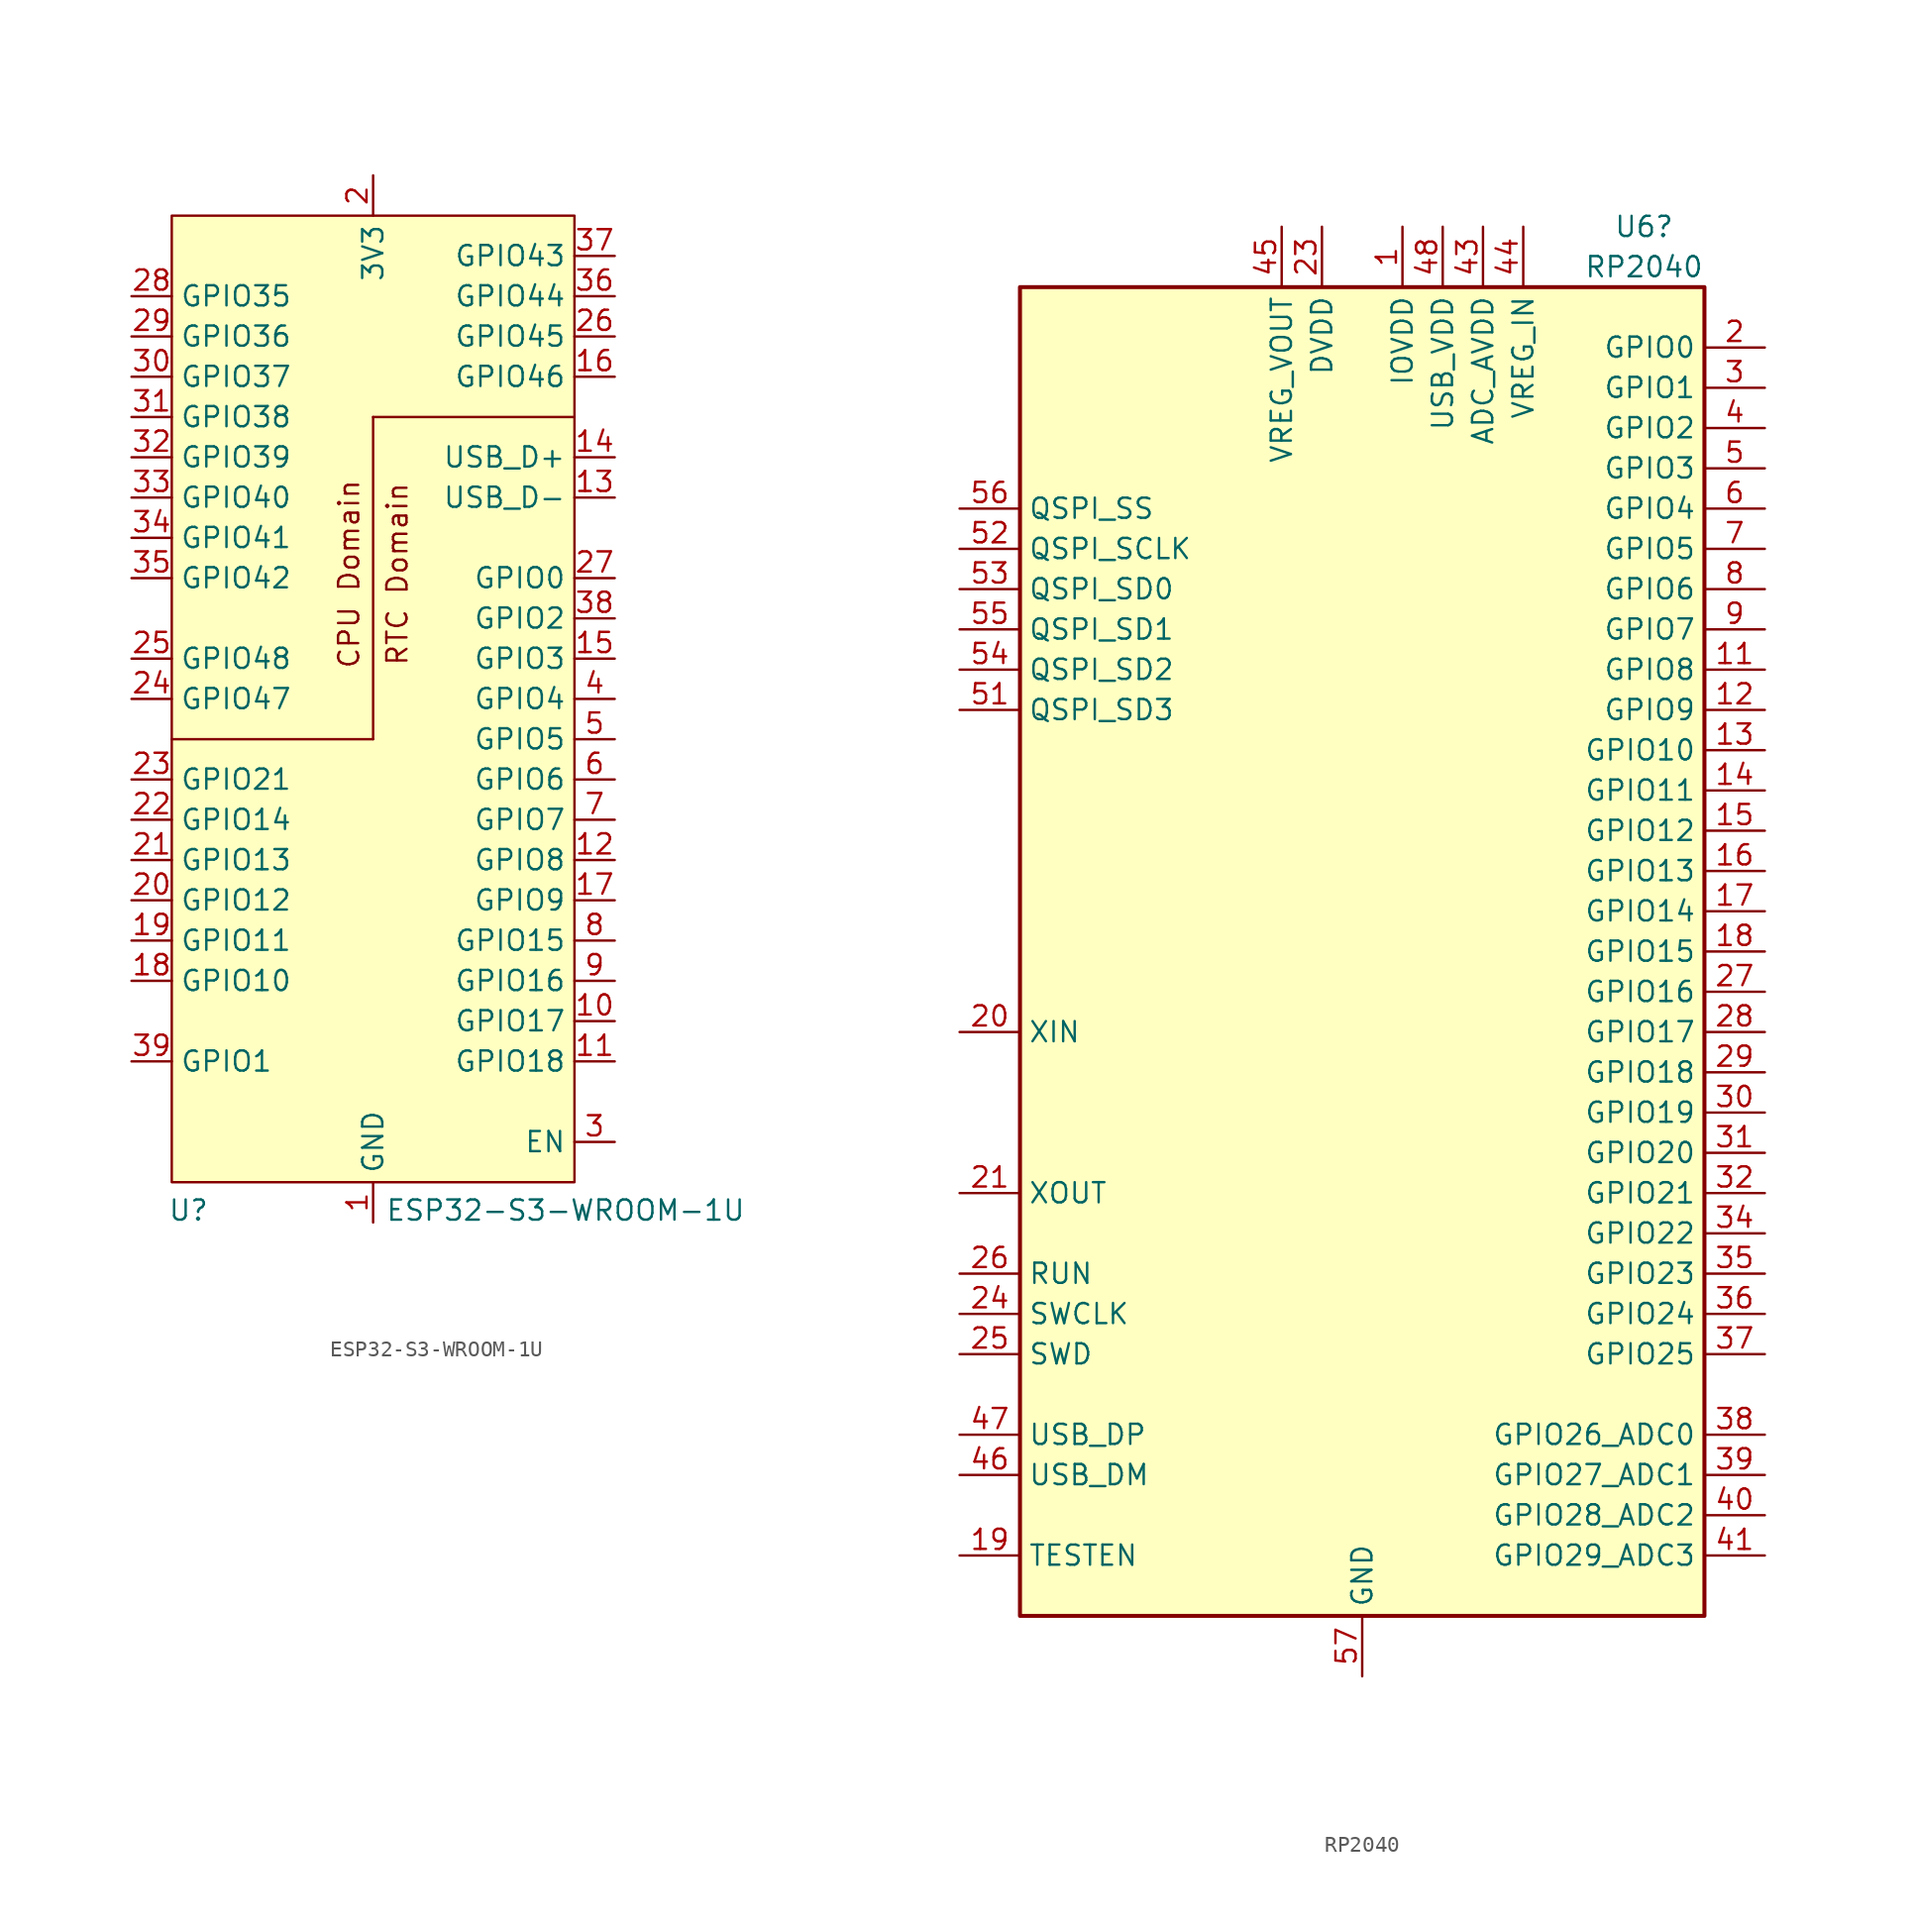
<source format=kicad_sym>
(kicad_symbol_lib
  (version 20231120)
  (generator "kicad_symbol_editor")
  (generator_version "8.0")
  (symbol "ESP32-S3-WROOM-1U"
    (property "Reference" "U"
      (at -12.954 -32.258 0)
      (effects (font (size 1.27 1.27)) (justify left)))
    (property "Value" "ESP32-S3-WROOM-1U"
      (at 0.762 -32.258 0)
      (effects (font (size 1.27 1.27)) (justify left)))
    (symbol "ESP32-S3-WROOM-1U_0_1"
      (polyline (pts (xy 0 -2.54) (xy -12.7 -2.54)) (stroke (width 0) (type default)) (fill (type none)))
      (polyline (pts (xy 0 17.78) (xy 12.7 17.78)) (stroke (width 0) (type default)) (fill (type none))))
    (symbol "ESP32-S3-WROOM-1U_1_1"
      (rectangle (start -12.7 30.48) (end 12.7 -30.48) (stroke (width 0) (type default)) (fill (type background)))
      (polyline (pts (xy 0 -2.54) (xy 0 17.78)) (stroke (width 0) (type default)) (fill (type none)))
      (text "CPU Domain" (at -1.524 7.874 900) (effects (font (size 1.27 1.27))))
      (text "RTC Domain" (at 1.524 7.874 900) (effects (font (size 1.27 1.27))))
      (pin power_in line (at 0 -33.02 90) (length 2.54) (name "GND" (effects (font (size 1.27 1.27)))) (number "1" (effects (font (size 1.27 1.27)))))
      (pin tri_state line (at 15.24 -20.32 180) (length 2.54) (name "GPIO17" (effects (font (size 1.27 1.27)))) (number "10" (effects (font (size 1.27 1.27)))))
      (pin tri_state line (at 15.24 -22.86 180) (length 2.54) (name "GPIO18" (effects (font (size 1.27 1.27)))) (number "11" (effects (font (size 1.27 1.27)))))
      (pin tri_state line (at 15.24 -10.16 180) (length 2.54) (name "GPIO8" (effects (font (size 1.27 1.27)))) (number "12" (effects (font (size 1.27 1.27)))))
      (pin tri_state line (at 15.24 12.7 180) (length 2.54) (name "USB_D-" (effects (font (size 1.27 1.27)))) (number "13" (effects (font (size 1.27 1.27)))))
      (pin tri_state line (at 15.24 15.24 180) (length 2.54) (name "USB_D+" (effects (font (size 1.27 1.27)))) (number "14" (effects (font (size 1.27 1.27)))))
      (pin tri_state line (at 15.24 2.54 180) (length 2.54) (name "GPIO3" (effects (font (size 1.27 1.27)))) (number "15" (effects (font (size 1.27 1.27)))))
      (pin tri_state line (at 15.24 20.32 180) (length 2.54) (name "GPIO46" (effects (font (size 1.27 1.27)))) (number "16" (effects (font (size 1.27 1.27)))))
      (pin tri_state line (at 15.24 -12.7 180) (length 2.54) (name "GPIO9" (effects (font (size 1.27 1.27)))) (number "17" (effects (font (size 1.27 1.27)))))
      (pin tri_state line (at -15.24 -17.78 0) (length 2.54) (name "GPIO10" (effects (font (size 1.27 1.27)))) (number "18" (effects (font (size 1.27 1.27)))))
      (pin tri_state line (at -15.24 -15.24 0) (length 2.54) (name "GPIO11" (effects (font (size 1.27 1.27)))) (number "19" (effects (font (size 1.27 1.27)))))
      (pin power_in line (at 0 33.02 270) (length 2.54) (name "3V3" (effects (font (size 1.27 1.27)))) (number "2" (effects (font (size 1.27 1.27)))))
      (pin tri_state line (at -15.24 -12.7 0) (length 2.54) (name "GPIO12" (effects (font (size 1.27 1.27)))) (number "20" (effects (font (size 1.27 1.27)))))
      (pin tri_state line (at -15.24 -10.16 0) (length 2.54) (name "GPIO13" (effects (font (size 1.27 1.27)))) (number "21" (effects (font (size 1.27 1.27)))))
      (pin tri_state line (at -15.24 -7.62 0) (length 2.54) (name "GPIO14" (effects (font (size 1.27 1.27)))) (number "22" (effects (font (size 1.27 1.27)))))
      (pin tri_state line (at -15.24 -5.08 0) (length 2.54) (name "GPIO21" (effects (font (size 1.27 1.27)))) (number "23" (effects (font (size 1.27 1.27)))))
      (pin tri_state line (at -15.24 0 0) (length 2.54) (name "GPIO47" (effects (font (size 1.27 1.27)))) (number "24" (effects (font (size 1.27 1.27)))))
      (pin tri_state line (at -15.24 2.54 0) (length 2.54) (name "GPIO48" (effects (font (size 1.27 1.27)))) (number "25" (effects (font (size 1.27 1.27)))))
      (pin tri_state line (at 15.24 22.86 180) (length 2.54) (name "GPIO45" (effects (font (size 1.27 1.27)))) (number "26" (effects (font (size 1.27 1.27)))))
      (pin tri_state line (at 15.24 7.62 180) (length 2.54) (name "GPIO0" (effects (font (size 1.27 1.27)))) (number "27" (effects (font (size 1.27 1.27)))))
      (pin tri_state line (at -15.24 25.4 0) (length 2.54) (name "GPIO35" (effects (font (size 1.27 1.27)))) (number "28" (effects (font (size 1.27 1.27)))))
      (pin tri_state line (at -15.24 22.86 0) (length 2.54) (name "GPIO36" (effects (font (size 1.27 1.27)))) (number "29" (effects (font (size 1.27 1.27)))))
      (pin input line (at 15.24 -27.94 180) (length 2.54) (name "EN" (effects (font (size 1.27 1.27)))) (number "3" (effects (font (size 1.27 1.27)))))
      (pin tri_state line (at -15.24 20.32 0) (length 2.54) (name "GPIO37" (effects (font (size 1.27 1.27)))) (number "30" (effects (font (size 1.27 1.27)))))
      (pin tri_state line (at -15.24 17.78 0) (length 2.54) (name "GPIO38" (effects (font (size 1.27 1.27)))) (number "31" (effects (font (size 1.27 1.27)))))
      (pin tri_state line (at -15.24 15.24 0) (length 2.54) (name "GPIO39" (effects (font (size 1.27 1.27)))) (number "32" (effects (font (size 1.27 1.27)))))
      (pin tri_state line (at -15.24 12.7 0) (length 2.54) (name "GPIO40" (effects (font (size 1.27 1.27)))) (number "33" (effects (font (size 1.27 1.27)))))
      (pin tri_state line (at -15.24 10.16 0) (length 2.54) (name "GPIO41" (effects (font (size 1.27 1.27)))) (number "34" (effects (font (size 1.27 1.27)))))
      (pin tri_state line (at -15.24 7.62 0) (length 2.54) (name "GPIO42" (effects (font (size 1.27 1.27)))) (number "35" (effects (font (size 1.27 1.27)))))
      (pin tri_state line (at 15.24 25.4 180) (length 2.54) (name "GPIO44" (effects (font (size 1.27 1.27)))) (number "36" (effects (font (size 1.27 1.27)))))
      (pin tri_state line (at 15.24 27.94 180) (length 2.54) (name "GPIO43" (effects (font (size 1.27 1.27)))) (number "37" (effects (font (size 1.27 1.27)))))
      (pin tri_state line (at 15.24 5.08 180) (length 2.54) (name "GPIO2" (effects (font (size 1.27 1.27)))) (number "38" (effects (font (size 1.27 1.27)))))
      (pin tri_state line (at -15.24 -22.86 0) (length 2.54) (name "GPIO1" (effects (font (size 1.27 1.27)))) (number "39" (effects (font (size 1.27 1.27)))))
      (pin tri_state line (at 15.24 0 180) (length 2.54) (name "GPIO4" (effects (font (size 1.27 1.27)))) (number "4" (effects (font (size 1.27 1.27)))))
      (pin passive line (at 0 -33.02 90) (length 2.54) hide (name "GND" (effects (font (size 1.27 1.27)))) (number "40" (effects (font (size 1.27 1.27)))))
      (pin passive line (at 0 -33.02 90) (length 2.54) hide (name "GND" (effects (font (size 1.27 1.27)))) (number "41" (effects (font (size 1.27 1.27)))))
      (pin tri_state line (at 15.24 -2.54 180) (length 2.54) (name "GPIO5" (effects (font (size 1.27 1.27)))) (number "5" (effects (font (size 1.27 1.27)))))
      (pin tri_state line (at 15.24 -5.08 180) (length 2.54) (name "GPIO6" (effects (font (size 1.27 1.27)))) (number "6" (effects (font (size 1.27 1.27)))))
      (pin tri_state line (at 15.24 -7.62 180) (length 2.54) (name "GPIO7" (effects (font (size 1.27 1.27)))) (number "7" (effects (font (size 1.27 1.27)))))
      (pin tri_state line (at 15.24 -15.24 180) (length 2.54) (name "GPIO15" (effects (font (size 1.27 1.27)))) (number "8" (effects (font (size 1.27 1.27)))))
      (pin tri_state line (at 15.24 -17.78 180) (length 2.54) (name "GPIO16" (effects (font (size 1.27 1.27)))) (number "9" (effects (font (size 1.27 1.27)))))))
  (symbol "RP2040"
    (property "Reference" "U6"
      (at 17.78 45.72 0)
      (effects (font (size 1.27 1.27))))
    (property "Value" "RP2040"
      (at 17.78 43.18 0)
      (effects (font (size 1.27 1.27))))
    (symbol "RP2040_0_1"
      (rectangle (start -21.59 41.91) (end 21.59 -41.91) (stroke (width 0.254) (type default)) (fill (type background))))
    (symbol "RP2040_1_1"
      (pin power_in line (at 2.54 45.72 270) (length 3.81) (name "IOVDD" (effects (font (size 1.27 1.27)))) (number "1" (effects (font (size 1.27 1.27)))))
      (pin passive line (at 2.54 45.72 270) (length 3.81) hide (name "IOVDD" (effects (font (size 1.27 1.27)))) (number "10" (effects (font (size 1.27 1.27)))))
      (pin bidirectional line (at 25.4 17.78 180) (length 3.81) (name "GPIO8" (effects (font (size 1.27 1.27)))) (number "11" (effects (font (size 1.27 1.27)))))
      (pin bidirectional line (at 25.4 15.24 180) (length 3.81) (name "GPIO9" (effects (font (size 1.27 1.27)))) (number "12" (effects (font (size 1.27 1.27)))))
      (pin bidirectional line (at 25.4 12.7 180) (length 3.81) (name "GPIO10" (effects (font (size 1.27 1.27)))) (number "13" (effects (font (size 1.27 1.27)))))
      (pin bidirectional line (at 25.4 10.16 180) (length 3.81) (name "GPIO11" (effects (font (size 1.27 1.27)))) (number "14" (effects (font (size 1.27 1.27)))))
      (pin bidirectional line (at 25.4 7.62 180) (length 3.81) (name "GPIO12" (effects (font (size 1.27 1.27)))) (number "15" (effects (font (size 1.27 1.27)))))
      (pin bidirectional line (at 25.4 5.08 180) (length 3.81) (name "GPIO13" (effects (font (size 1.27 1.27)))) (number "16" (effects (font (size 1.27 1.27)))))
      (pin bidirectional line (at 25.4 2.54 180) (length 3.81) (name "GPIO14" (effects (font (size 1.27 1.27)))) (number "17" (effects (font (size 1.27 1.27)))))
      (pin bidirectional line (at 25.4 0 180) (length 3.81) (name "GPIO15" (effects (font (size 1.27 1.27)))) (number "18" (effects (font (size 1.27 1.27)))))
      (pin input line (at -25.4 -38.1 0) (length 3.81) (name "TESTEN" (effects (font (size 1.27 1.27)))) (number "19" (effects (font (size 1.27 1.27)))))
      (pin bidirectional line (at 25.4 38.1 180) (length 3.81) (name "GPIO0" (effects (font (size 1.27 1.27)))) (number "2" (effects (font (size 1.27 1.27)))))
      (pin input line (at -25.4 -5.08 0) (length 3.81) (name "XIN" (effects (font (size 1.27 1.27)))) (number "20" (effects (font (size 1.27 1.27)))))
      (pin passive line (at -25.4 -15.24 0) (length 3.81) (name "XOUT" (effects (font (size 1.27 1.27)))) (number "21" (effects (font (size 1.27 1.27)))))
      (pin passive line (at 2.54 45.72 270) (length 3.81) hide (name "IOVDD" (effects (font (size 1.27 1.27)))) (number "22" (effects (font (size 1.27 1.27)))))
      (pin power_in line (at -2.54 45.72 270) (length 3.81) (name "DVDD" (effects (font (size 1.27 1.27)))) (number "23" (effects (font (size 1.27 1.27)))))
      (pin input line (at -25.4 -22.86 0) (length 3.81) (name "SWCLK" (effects (font (size 1.27 1.27)))) (number "24" (effects (font (size 1.27 1.27)))))
      (pin bidirectional line (at -25.4 -25.4 0) (length 3.81) (name "SWD" (effects (font (size 1.27 1.27)))) (number "25" (effects (font (size 1.27 1.27)))))
      (pin input line (at -25.4 -20.32 0) (length 3.81) (name "RUN" (effects (font (size 1.27 1.27)))) (number "26" (effects (font (size 1.27 1.27)))))
      (pin bidirectional line (at 25.4 -2.54 180) (length 3.81) (name "GPIO16" (effects (font (size 1.27 1.27)))) (number "27" (effects (font (size 1.27 1.27)))))
      (pin bidirectional line (at 25.4 -5.08 180) (length 3.81) (name "GPIO17" (effects (font (size 1.27 1.27)))) (number "28" (effects (font (size 1.27 1.27)))))
      (pin bidirectional line (at 25.4 -7.62 180) (length 3.81) (name "GPIO18" (effects (font (size 1.27 1.27)))) (number "29" (effects (font (size 1.27 1.27)))))
      (pin bidirectional line (at 25.4 35.56 180) (length 3.81) (name "GPIO1" (effects (font (size 1.27 1.27)))) (number "3" (effects (font (size 1.27 1.27)))))
      (pin bidirectional line (at 25.4 -10.16 180) (length 3.81) (name "GPIO19" (effects (font (size 1.27 1.27)))) (number "30" (effects (font (size 1.27 1.27)))))
      (pin bidirectional line (at 25.4 -12.7 180) (length 3.81) (name "GPIO20" (effects (font (size 1.27 1.27)))) (number "31" (effects (font (size 1.27 1.27)))))
      (pin bidirectional line (at 25.4 -15.24 180) (length 3.81) (name "GPIO21" (effects (font (size 1.27 1.27)))) (number "32" (effects (font (size 1.27 1.27)))))
      (pin passive line (at 2.54 45.72 270) (length 3.81) hide (name "IOVDD" (effects (font (size 1.27 1.27)))) (number "33" (effects (font (size 1.27 1.27)))))
      (pin bidirectional line (at 25.4 -17.78 180) (length 3.81) (name "GPIO22" (effects (font (size 1.27 1.27)))) (number "34" (effects (font (size 1.27 1.27)))))
      (pin bidirectional line (at 25.4 -20.32 180) (length 3.81) (name "GPIO23" (effects (font (size 1.27 1.27)))) (number "35" (effects (font (size 1.27 1.27)))))
      (pin bidirectional line (at 25.4 -22.86 180) (length 3.81) (name "GPIO24" (effects (font (size 1.27 1.27)))) (number "36" (effects (font (size 1.27 1.27)))))
      (pin bidirectional line (at 25.4 -25.4 180) (length 3.81) (name "GPIO25" (effects (font (size 1.27 1.27)))) (number "37" (effects (font (size 1.27 1.27)))))
      (pin bidirectional line (at 25.4 -30.48 180) (length 3.81) (name "GPIO26_ADC0" (effects (font (size 1.27 1.27)))) (number "38" (effects (font (size 1.27 1.27)))))
      (pin bidirectional line (at 25.4 -33.02 180) (length 3.81) (name "GPIO27_ADC1" (effects (font (size 1.27 1.27)))) (number "39" (effects (font (size 1.27 1.27)))))
      (pin bidirectional line (at 25.4 33.02 180) (length 3.81) (name "GPIO2" (effects (font (size 1.27 1.27)))) (number "4" (effects (font (size 1.27 1.27)))))
      (pin bidirectional line (at 25.4 -35.56 180) (length 3.81) (name "GPIO28_ADC2" (effects (font (size 1.27 1.27)))) (number "40" (effects (font (size 1.27 1.27)))))
      (pin bidirectional line (at 25.4 -38.1 180) (length 3.81) (name "GPIO29_ADC3" (effects (font (size 1.27 1.27)))) (number "41" (effects (font (size 1.27 1.27)))))
      (pin passive line (at 2.54 45.72 270) (length 3.81) hide (name "IOVDD" (effects (font (size 1.27 1.27)))) (number "42" (effects (font (size 1.27 1.27)))))
      (pin power_in line (at 7.62 45.72 270) (length 3.81) (name "ADC_AVDD" (effects (font (size 1.27 1.27)))) (number "43" (effects (font (size 1.27 1.27)))))
      (pin power_in line (at 10.16 45.72 270) (length 3.81) (name "VREG_IN" (effects (font (size 1.27 1.27)))) (number "44" (effects (font (size 1.27 1.27)))))
      (pin power_out line (at -5.08 45.72 270) (length 3.81) (name "VREG_VOUT" (effects (font (size 1.27 1.27)))) (number "45" (effects (font (size 1.27 1.27)))))
      (pin bidirectional line (at -25.4 -33.02 0) (length 3.81) (name "USB_DM" (effects (font (size 1.27 1.27)))) (number "46" (effects (font (size 1.27 1.27)))))
      (pin bidirectional line (at -25.4 -30.48 0) (length 3.81) (name "USB_DP" (effects (font (size 1.27 1.27)))) (number "47" (effects (font (size 1.27 1.27)))))
      (pin power_in line (at 5.08 45.72 270) (length 3.81) (name "USB_VDD" (effects (font (size 1.27 1.27)))) (number "48" (effects (font (size 1.27 1.27)))))
      (pin passive line (at 2.54 45.72 270) (length 3.81) hide (name "IOVDD" (effects (font (size 1.27 1.27)))) (number "49" (effects (font (size 1.27 1.27)))))
      (pin bidirectional line (at 25.4 30.48 180) (length 3.81) (name "GPIO3" (effects (font (size 1.27 1.27)))) (number "5" (effects (font (size 1.27 1.27)))))
      (pin passive line (at -2.54 45.72 270) (length 3.81) hide (name "DVDD" (effects (font (size 1.27 1.27)))) (number "50" (effects (font (size 1.27 1.27)))))
      (pin bidirectional line (at -25.4 15.24 0) (length 3.81) (name "QSPI_SD3" (effects (font (size 1.27 1.27)))) (number "51" (effects (font (size 1.27 1.27)))))
      (pin output line (at -25.4 25.4 0) (length 3.81) (name "QSPI_SCLK" (effects (font (size 1.27 1.27)))) (number "52" (effects (font (size 1.27 1.27)))))
      (pin bidirectional line (at -25.4 22.86 0) (length 3.81) (name "QSPI_SD0" (effects (font (size 1.27 1.27)))) (number "53" (effects (font (size 1.27 1.27)))))
      (pin bidirectional line (at -25.4 17.78 0) (length 3.81) (name "QSPI_SD2" (effects (font (size 1.27 1.27)))) (number "54" (effects (font (size 1.27 1.27)))))
      (pin bidirectional line (at -25.4 20.32 0) (length 3.81) (name "QSPI_SD1" (effects (font (size 1.27 1.27)))) (number "55" (effects (font (size 1.27 1.27)))))
      (pin bidirectional line (at -25.4 27.94 0) (length 3.81) (name "QSPI_SS" (effects (font (size 1.27 1.27)))) (number "56" (effects (font (size 1.27 1.27)))))
      (pin power_in line (at 0 -45.72 90) (length 3.81) (name "GND" (effects (font (size 1.27 1.27)))) (number "57" (effects (font (size 1.27 1.27)))))
      (pin bidirectional line (at 25.4 27.94 180) (length 3.81) (name "GPIO4" (effects (font (size 1.27 1.27)))) (number "6" (effects (font (size 1.27 1.27)))))
      (pin bidirectional line (at 25.4 25.4 180) (length 3.81) (name "GPIO5" (effects (font (size 1.27 1.27)))) (number "7" (effects (font (size 1.27 1.27)))))
      (pin bidirectional line (at 25.4 22.86 180) (length 3.81) (name "GPIO6" (effects (font (size 1.27 1.27)))) (number "8" (effects (font (size 1.27 1.27)))))
      (pin bidirectional line (at 25.4 20.32 180) (length 3.81) (name "GPIO7" (effects (font (size 1.27 1.27)))) (number "9" (effects (font (size 1.27 1.27))))))))
</source>
